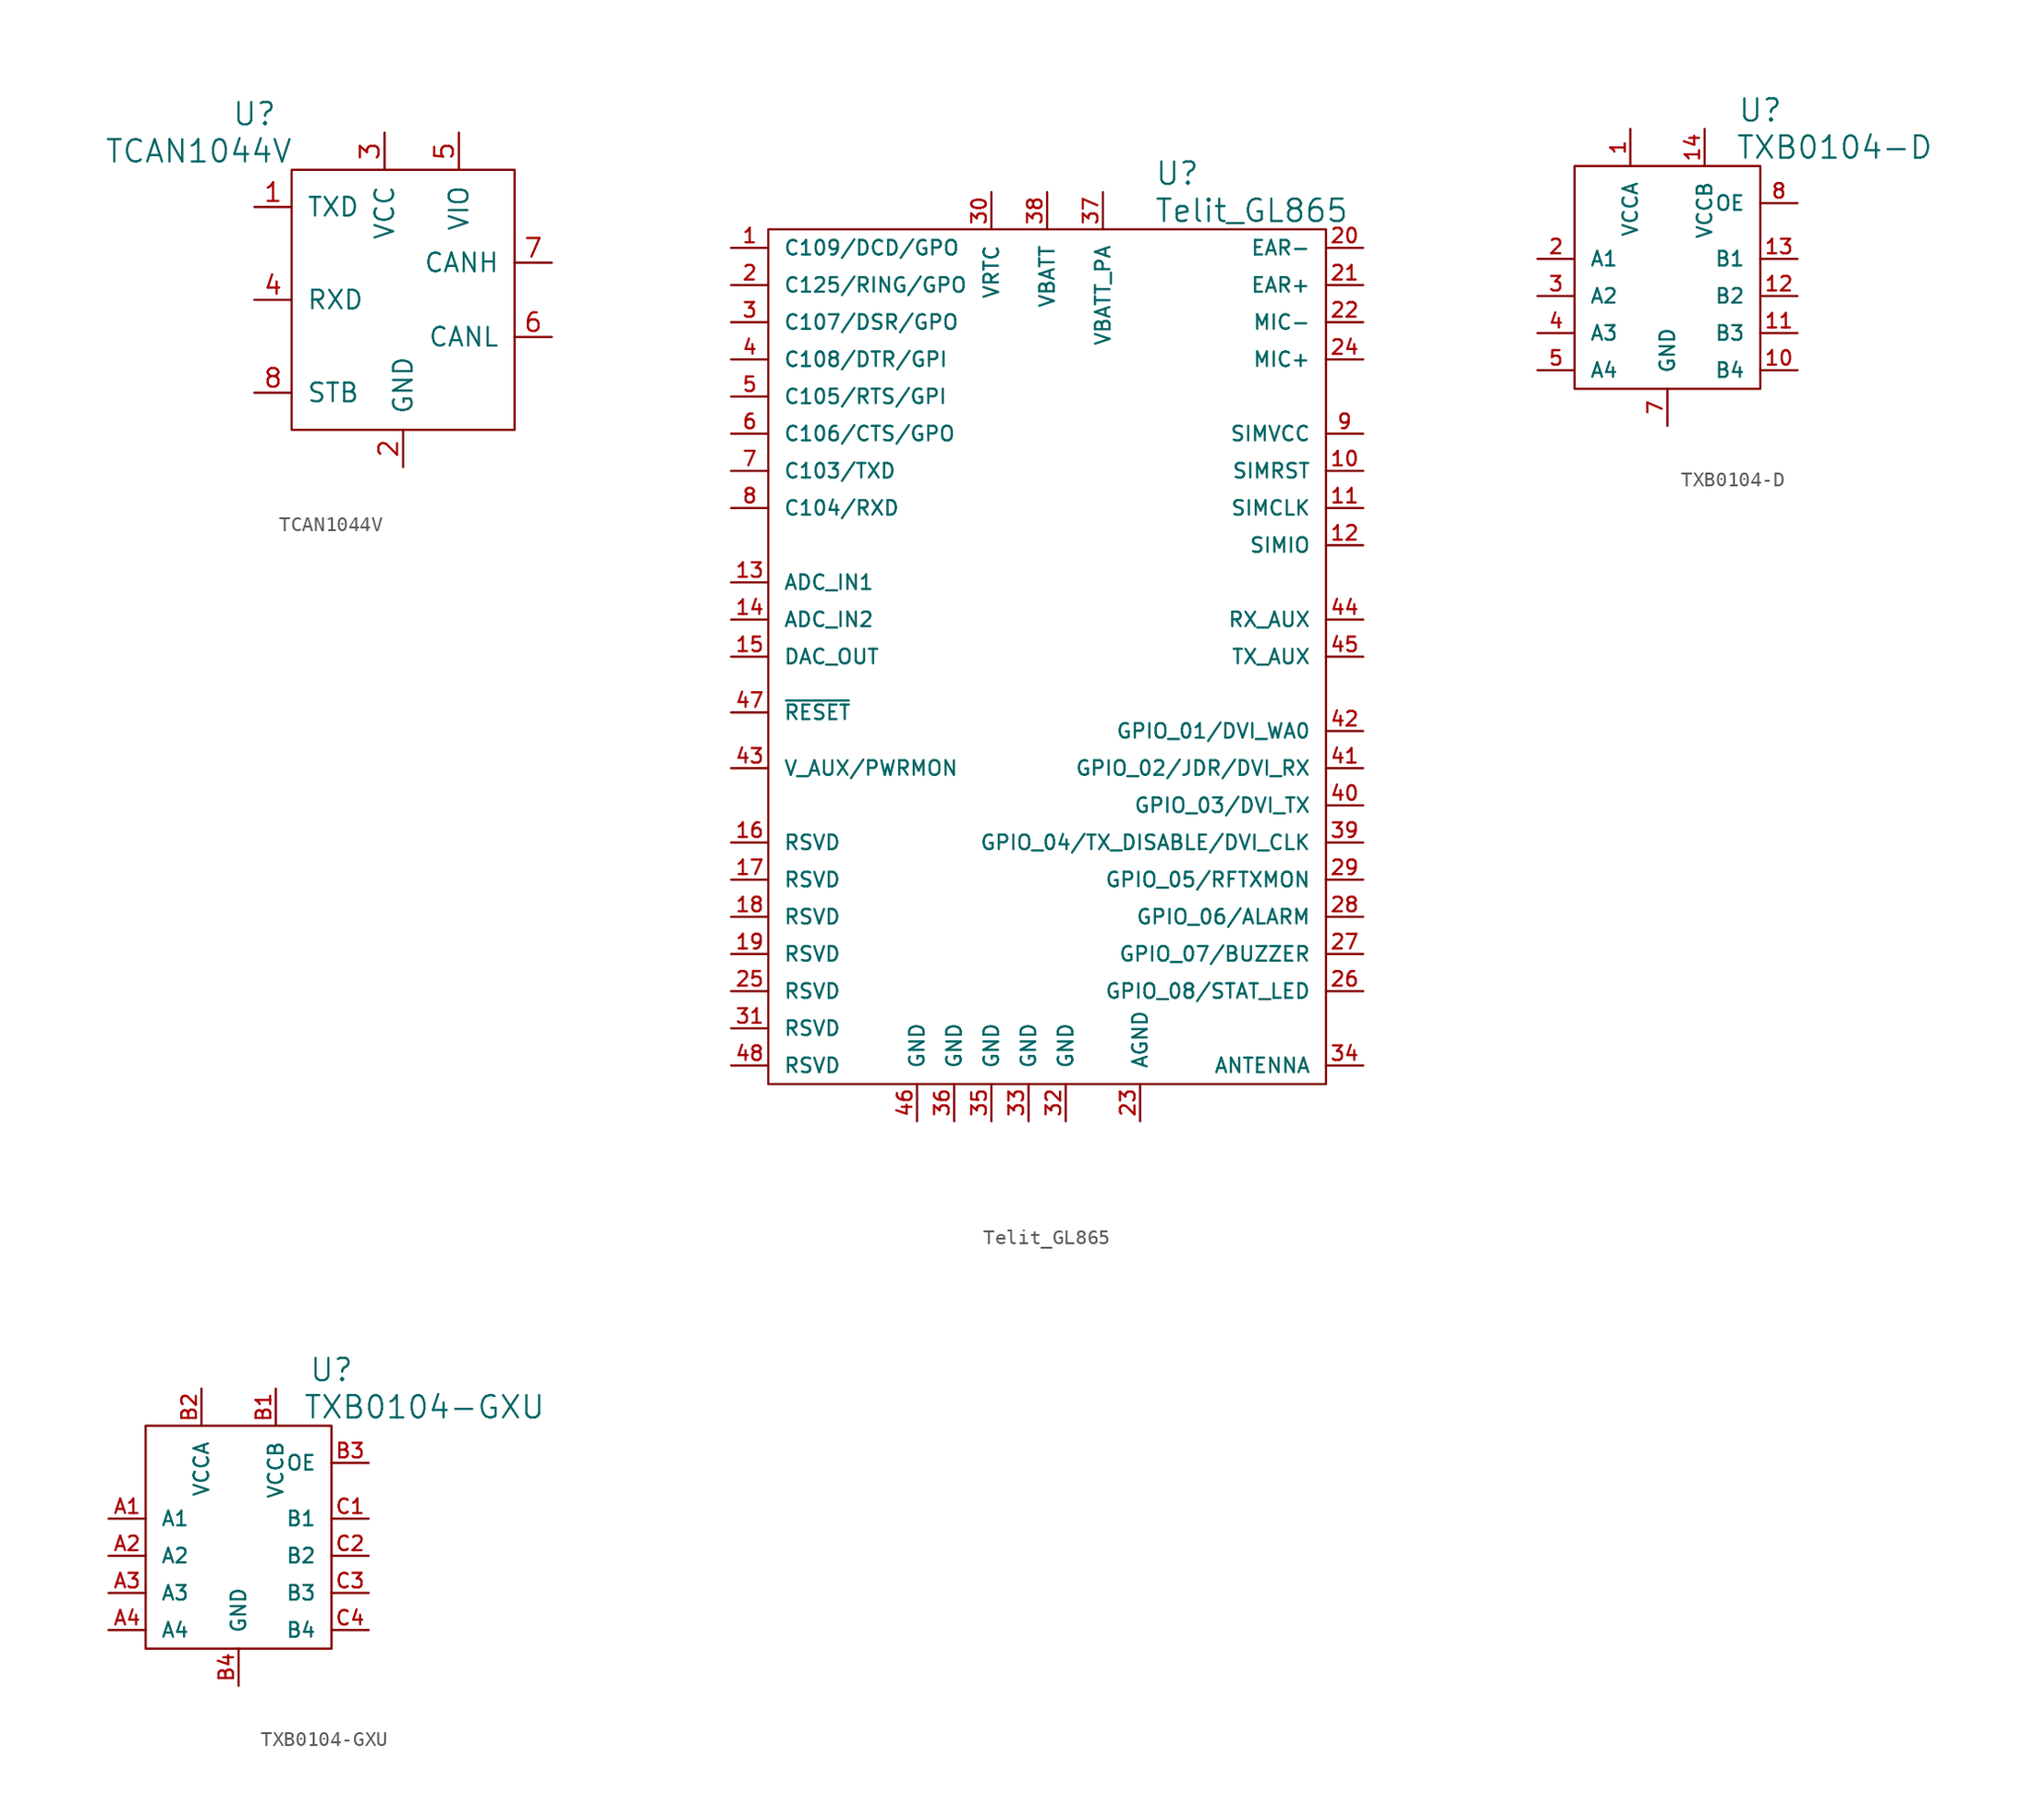
<source format=kicad_sym>
(kicad_symbol_lib
  (version 20220914)
  (generator kicad_symbol_editor)
  (symbol "TCAN1044V"
    (pin_names
      (offset 1.016))
    (property "Reference" "U"
      (at -10.16 12.7 0)
      (effects (font (size 1.524 1.524))))
    (property "Value" "TCAN1044V"
      (at -13.97 10.16 0)
      (effects (font (size 1.524 1.524))))
    (property "Footprint" ""
      (at 0 0 0)
      (effects (font (size 1.524 1.524))))
    (property "Datasheet" ""
      (at 0 0 0)
      (effects (font (size 1.524 1.524))))
    (symbol "TCAN1044V_0_1"
      (rectangle (start -7.62 8.89) (end 7.62 -8.89) (stroke (width 0) (type solid)) (fill (type none))))
    (symbol "TCAN1044V_1_1"
      (pin passive line (at -10.16 6.35 0) (length 2.54) (name "TXD" (effects (font (size 1.27 1.27)))) (number "1" (effects (font (size 1.27 1.27)))))
      (pin passive line (at 0 -11.43 90) (length 2.54) (name "GND" (effects (font (size 1.27 1.27)))) (number "2" (effects (font (size 1.27 1.27)))))
      (pin passive line (at -1.27 11.43 270) (length 2.54) (name "VCC" (effects (font (size 1.27 1.27)))) (number "3" (effects (font (size 1.27 1.27)))))
      (pin passive line (at -10.16 0 0) (length 2.54) (name "RXD" (effects (font (size 1.27 1.27)))) (number "4" (effects (font (size 1.27 1.27)))))
      (pin passive line (at 3.81 11.43 270) (length 2.54) (name "VIO" (effects (font (size 1.27 1.27)))) (number "5" (effects (font (size 1.27 1.27)))))
      (pin passive line (at 10.16 -2.54 180) (length 2.54) (name "CANL" (effects (font (size 1.27 1.27)))) (number "6" (effects (font (size 1.27 1.27)))))
      (pin passive line (at 10.16 2.54 180) (length 2.54) (name "CANH" (effects (font (size 1.27 1.27)))) (number "7" (effects (font (size 1.27 1.27)))))
      (pin passive line (at -10.16 -6.35 0) (length 2.54) (name "STB" (effects (font (size 1.27 1.27)))) (number "8" (effects (font (size 1.27 1.27)))))))
  (symbol "Telit_GL865"
    (pin_names
      (offset 1.016))
    (property "Reference" "U"
      (at 8.89 33.02 0)
      (effects (font (size 1.524 1.524))))
    (property "Value" "Telit_GL865"
      (at 13.97 30.48 0)
      (effects (font (size 1.524 1.524))))
    (property "Footprint" ""
      (at 0 -2.54 0)
      (effects (font (size 1.524 1.524))))
    (property "Datasheet" ""
      (at 0 0 0)
      (effects (font (size 1.524 1.524))))
    (symbol "Telit_GL865_0_1"
      (rectangle (start 19.05 29.21) (end -19.05 -29.21) (stroke (width 0) (type solid)) (fill (type none))))
    (symbol "Telit_GL865_1_1"
      (pin passive line (at -21.59 27.94 0) (length 2.54) (name "C109/DCD/GPO" (effects (font (size 0.991 0.991)))) (number "1" (effects (font (size 0.991 0.991)))))
      (pin passive line (at 21.59 12.7 180) (length 2.54) (name "SIMRST" (effects (font (size 0.991 0.991)))) (number "10" (effects (font (size 0.991 0.991)))))
      (pin passive line (at 21.59 10.16 180) (length 2.54) (name "SIMCLK" (effects (font (size 0.991 0.991)))) (number "11" (effects (font (size 0.991 0.991)))))
      (pin passive line (at 21.59 7.62 180) (length 2.54) (name "SIMIO" (effects (font (size 0.991 0.991)))) (number "12" (effects (font (size 0.991 0.991)))))
      (pin passive line (at -21.59 5.08 0) (length 2.54) (name "ADC_IN1" (effects (font (size 0.991 0.991)))) (number "13" (effects (font (size 0.991 0.991)))))
      (pin passive line (at -21.59 2.54 0) (length 2.54) (name "ADC_IN2" (effects (font (size 0.991 0.991)))) (number "14" (effects (font (size 0.991 0.991)))))
      (pin passive line (at -21.59 0 0) (length 2.54) (name "DAC_OUT" (effects (font (size 0.991 0.991)))) (number "15" (effects (font (size 0.991 0.991)))))
      (pin passive line (at -21.59 -12.7 0) (length 2.54) (name "RSVD" (effects (font (size 0.991 0.991)))) (number "16" (effects (font (size 0.991 0.991)))))
      (pin passive line (at -21.59 -15.24 0) (length 2.54) (name "RSVD" (effects (font (size 0.991 0.991)))) (number "17" (effects (font (size 0.991 0.991)))))
      (pin passive line (at -21.59 -17.78 0) (length 2.54) (name "RSVD" (effects (font (size 0.991 0.991)))) (number "18" (effects (font (size 0.991 0.991)))))
      (pin passive line (at -21.59 -20.32 0) (length 2.54) (name "RSVD" (effects (font (size 0.991 0.991)))) (number "19" (effects (font (size 0.991 0.991)))))
      (pin passive line (at -21.59 25.4 0) (length 2.54) (name "C125/RING/GPO" (effects (font (size 0.991 0.991)))) (number "2" (effects (font (size 0.991 0.991)))))
      (pin passive line (at 21.59 27.94 180) (length 2.54) (name "EAR-" (effects (font (size 0.991 0.991)))) (number "20" (effects (font (size 0.991 0.991)))))
      (pin passive line (at 21.59 25.4 180) (length 2.54) (name "EAR+" (effects (font (size 0.991 0.991)))) (number "21" (effects (font (size 0.991 0.991)))))
      (pin passive line (at 21.59 22.86 180) (length 2.54) (name "MIC-" (effects (font (size 0.991 0.991)))) (number "22" (effects (font (size 0.991 0.991)))))
      (pin passive line (at 6.35 -31.75 90) (length 2.54) (name "AGND" (effects (font (size 0.991 0.991)))) (number "23" (effects (font (size 0.991 0.991)))))
      (pin passive line (at 21.59 20.32 180) (length 2.54) (name "MIC+" (effects (font (size 0.991 0.991)))) (number "24" (effects (font (size 0.991 0.991)))))
      (pin passive line (at -21.59 -22.86 0) (length 2.54) (name "RSVD" (effects (font (size 0.991 0.991)))) (number "25" (effects (font (size 0.991 0.991)))))
      (pin passive line (at 21.59 -22.86 180) (length 2.54) (name "GPIO_08/STAT_LED" (effects (font (size 0.991 0.991)))) (number "26" (effects (font (size 0.991 0.991)))))
      (pin passive line (at 21.59 -20.32 180) (length 2.54) (name "GPIO_07/BUZZER" (effects (font (size 0.991 0.991)))) (number "27" (effects (font (size 0.991 0.991)))))
      (pin passive line (at 21.59 -17.78 180) (length 2.54) (name "GPIO_06/ALARM" (effects (font (size 0.991 0.991)))) (number "28" (effects (font (size 0.991 0.991)))))
      (pin passive line (at 21.59 -15.24 180) (length 2.54) (name "GPIO_05/RFTXMON" (effects (font (size 0.991 0.991)))) (number "29" (effects (font (size 0.991 0.991)))))
      (pin passive line (at -21.59 22.86 0) (length 2.54) (name "C107/DSR/GPO" (effects (font (size 0.991 0.991)))) (number "3" (effects (font (size 0.991 0.991)))))
      (pin passive line (at -3.81 31.75 270) (length 2.54) (name "VRTC" (effects (font (size 0.991 0.991)))) (number "30" (effects (font (size 0.991 0.991)))))
      (pin passive line (at -21.59 -25.4 0) (length 2.54) (name "RSVD" (effects (font (size 0.991 0.991)))) (number "31" (effects (font (size 0.991 0.991)))))
      (pin passive line (at 1.27 -31.75 90) (length 2.54) (name "GND" (effects (font (size 0.991 0.991)))) (number "32" (effects (font (size 0.991 0.991)))))
      (pin passive line (at -1.27 -31.75 90) (length 2.54) (name "GND" (effects (font (size 0.991 0.991)))) (number "33" (effects (font (size 0.991 0.991)))))
      (pin passive line (at 21.59 -27.94 180) (length 2.54) (name "ANTENNA" (effects (font (size 0.991 0.991)))) (number "34" (effects (font (size 0.991 0.991)))))
      (pin passive line (at -3.81 -31.75 90) (length 2.54) (name "GND" (effects (font (size 0.991 0.991)))) (number "35" (effects (font (size 0.991 0.991)))))
      (pin passive line (at -6.35 -31.75 90) (length 2.54) (name "GND" (effects (font (size 0.991 0.991)))) (number "36" (effects (font (size 0.991 0.991)))))
      (pin passive line (at 3.81 31.75 270) (length 2.54) (name "VBATT_PA" (effects (font (size 0.991 0.991)))) (number "37" (effects (font (size 0.991 0.991)))))
      (pin passive line (at 0 31.75 270) (length 2.54) (name "VBATT" (effects (font (size 0.991 0.991)))) (number "38" (effects (font (size 0.991 0.991)))))
      (pin passive line (at 21.59 -12.7 180) (length 2.54) (name "GPIO_04/TX_DISABLE/DVI_CLK" (effects (font (size 0.991 0.991)))) (number "39" (effects (font (size 0.991 0.991)))))
      (pin passive line (at -21.59 20.32 0) (length 2.54) (name "C108/DTR/GPI" (effects (font (size 0.991 0.991)))) (number "4" (effects (font (size 0.991 0.991)))))
      (pin passive line (at 21.59 -10.16 180) (length 2.54) (name "GPIO_03/DVI_TX" (effects (font (size 0.991 0.991)))) (number "40" (effects (font (size 0.991 0.991)))))
      (pin passive line (at 21.59 -7.62 180) (length 2.54) (name "GPIO_02/JDR/DVI_RX" (effects (font (size 0.991 0.991)))) (number "41" (effects (font (size 0.991 0.991)))))
      (pin passive line (at 21.59 -5.08 180) (length 2.54) (name "GPIO_01/DVI_WA0" (effects (font (size 0.991 0.991)))) (number "42" (effects (font (size 0.991 0.991)))))
      (pin passive line (at -21.59 -7.62 0) (length 2.54) (name "V_AUX/PWRMON" (effects (font (size 0.991 0.991)))) (number "43" (effects (font (size 0.991 0.991)))))
      (pin passive line (at 21.59 2.54 180) (length 2.54) (name "RX_AUX" (effects (font (size 0.991 0.991)))) (number "44" (effects (font (size 0.991 0.991)))))
      (pin passive line (at 21.59 0 180) (length 2.54) (name "TX_AUX" (effects (font (size 0.991 0.991)))) (number "45" (effects (font (size 0.991 0.991)))))
      (pin passive line (at -8.89 -31.75 90) (length 2.54) (name "GND" (effects (font (size 0.991 0.991)))) (number "46" (effects (font (size 0.991 0.991)))))
      (pin passive line (at -21.59 -3.81 0) (length 2.54) (name "~{RESET}" (effects (font (size 0.991 0.991)))) (number "47" (effects (font (size 0.991 0.991)))))
      (pin passive line (at -21.59 -27.94 0) (length 2.54) (name "RSVD" (effects (font (size 0.991 0.991)))) (number "48" (effects (font (size 0.991 0.991)))))
      (pin passive line (at -21.59 17.78 0) (length 2.54) (name "C105/RTS/GPI" (effects (font (size 0.991 0.991)))) (number "5" (effects (font (size 0.991 0.991)))))
      (pin passive line (at -21.59 15.24 0) (length 2.54) (name "C106/CTS/GPO" (effects (font (size 0.991 0.991)))) (number "6" (effects (font (size 0.991 0.991)))))
      (pin passive line (at -21.59 12.7 0) (length 2.54) (name "C103/TXD" (effects (font (size 0.991 0.991)))) (number "7" (effects (font (size 0.991 0.991)))))
      (pin passive line (at -21.59 10.16 0) (length 2.54) (name "C104/RXD" (effects (font (size 0.991 0.991)))) (number "8" (effects (font (size 0.991 0.991)))))
      (pin passive line (at 21.59 15.24 180) (length 2.54) (name "SIMVCC" (effects (font (size 0.991 0.991)))) (number "9" (effects (font (size 0.991 0.991)))))))
  (symbol "TXB0104-D"
    (pin_names
      (offset 1.016))
    (property "Reference" "U"
      (at 6.35 11.43 0)
      (effects (font (size 1.524 1.524))))
    (property "Value" "TXB0104-D"
      (at 11.43 8.89 0)
      (effects (font (size 1.524 1.524))))
    (property "Footprint" ""
      (at 0 0 0)
      (effects (font (size 1.524 1.524))))
    (property "Datasheet" ""
      (at 0 0 0)
      (effects (font (size 1.524 1.524))))
    (symbol "TXB0104-D_0_1"
      (rectangle (start -6.35 7.62) (end 6.35 -7.62) (stroke (width 0) (type solid)) (fill (type none))))
    (symbol "TXB0104-D_1_1"
      (pin passive line (at -2.54 10.16 270) (length 2.54) (name "VCCA" (effects (font (size 0.991 0.991)))) (number "1" (effects (font (size 0.991 0.991)))))
      (pin passive line (at 8.89 -6.35 180) (length 2.54) (name "B4" (effects (font (size 0.991 0.991)))) (number "10" (effects (font (size 0.991 0.991)))))
      (pin passive line (at 8.89 -3.81 180) (length 2.54) (name "B3" (effects (font (size 0.991 0.991)))) (number "11" (effects (font (size 0.991 0.991)))))
      (pin passive line (at 8.89 -1.27 180) (length 2.54) (name "B2" (effects (font (size 0.991 0.991)))) (number "12" (effects (font (size 0.991 0.991)))))
      (pin passive line (at 8.89 1.27 180) (length 2.54) (name "B1" (effects (font (size 0.991 0.991)))) (number "13" (effects (font (size 0.991 0.991)))))
      (pin passive line (at 2.54 10.16 270) (length 2.54) (name "VCCB" (effects (font (size 0.991 0.991)))) (number "14" (effects (font (size 0.991 0.991)))))
      (pin passive line (at -8.89 1.27 0) (length 2.54) (name "A1" (effects (font (size 0.991 0.991)))) (number "2" (effects (font (size 0.991 0.991)))))
      (pin passive line (at -8.89 -1.27 0) (length 2.54) (name "A2" (effects (font (size 0.991 0.991)))) (number "3" (effects (font (size 0.991 0.991)))))
      (pin passive line (at -8.89 -3.81 0) (length 2.54) (name "A3" (effects (font (size 0.991 0.991)))) (number "4" (effects (font (size 0.991 0.991)))))
      (pin passive line (at -8.89 -6.35 0) (length 2.54) (name "A4" (effects (font (size 0.991 0.991)))) (number "5" (effects (font (size 0.991 0.991)))))
      (pin passive line (at 0 -10.16 90) (length 2.54) (name "GND" (effects (font (size 0.991 0.991)))) (number "7" (effects (font (size 0.991 0.991)))))
      (pin passive line (at 8.89 5.08 180) (length 2.54) (name "OE" (effects (font (size 0.991 0.991)))) (number "8" (effects (font (size 0.991 0.991)))))))
  (symbol "TXB0104-GXU"
    (pin_names
      (offset 1.016))
    (property "Reference" "U"
      (at 6.35 11.43 0)
      (effects (font (size 1.524 1.524))))
    (property "Value" "TXB0104-GXU"
      (at 12.7 8.89 0)
      (effects (font (size 1.524 1.524))))
    (property "Footprint" ""
      (at 0 0 0)
      (effects (font (size 1.524 1.524))))
    (property "Datasheet" ""
      (at 0 0 0)
      (effects (font (size 1.524 1.524))))
    (symbol "TXB0104-GXU_0_1"
      (rectangle (start -6.35 7.62) (end 6.35 -7.62) (stroke (width 0) (type solid)) (fill (type none))))
    (symbol "TXB0104-GXU_1_1"
      (pin passive line (at -8.89 1.27 0) (length 2.54) (name "A1" (effects (font (size 0.991 0.991)))) (number "A1" (effects (font (size 0.991 0.991)))))
      (pin passive line (at -8.89 -1.27 0) (length 2.54) (name "A2" (effects (font (size 0.991 0.991)))) (number "A2" (effects (font (size 0.991 0.991)))))
      (pin passive line (at -8.89 -3.81 0) (length 2.54) (name "A3" (effects (font (size 0.991 0.991)))) (number "A3" (effects (font (size 0.991 0.991)))))
      (pin passive line (at -8.89 -6.35 0) (length 2.54) (name "A4" (effects (font (size 0.991 0.991)))) (number "A4" (effects (font (size 0.991 0.991)))))
      (pin passive line (at 2.54 10.16 270) (length 2.54) (name "VCCB" (effects (font (size 0.991 0.991)))) (number "B1" (effects (font (size 0.991 0.991)))))
      (pin passive line (at -2.54 10.16 270) (length 2.54) (name "VCCA" (effects (font (size 0.991 0.991)))) (number "B2" (effects (font (size 0.991 0.991)))))
      (pin passive line (at 8.89 5.08 180) (length 2.54) (name "OE" (effects (font (size 0.991 0.991)))) (number "B3" (effects (font (size 0.991 0.991)))))
      (pin passive line (at 0 -10.16 90) (length 2.54) (name "GND" (effects (font (size 0.991 0.991)))) (number "B4" (effects (font (size 0.991 0.991)))))
      (pin passive line (at 8.89 1.27 180) (length 2.54) (name "B1" (effects (font (size 0.991 0.991)))) (number "C1" (effects (font (size 0.991 0.991)))))
      (pin passive line (at 8.89 -1.27 180) (length 2.54) (name "B2" (effects (font (size 0.991 0.991)))) (number "C2" (effects (font (size 0.991 0.991)))))
      (pin passive line (at 8.89 -3.81 180) (length 2.54) (name "B3" (effects (font (size 0.991 0.991)))) (number "C3" (effects (font (size 0.991 0.991)))))
      (pin passive line (at 8.89 -6.35 180) (length 2.54) (name "B4" (effects (font (size 0.991 0.991)))) (number "C4" (effects (font (size 0.991 0.991))))))))
</source>
